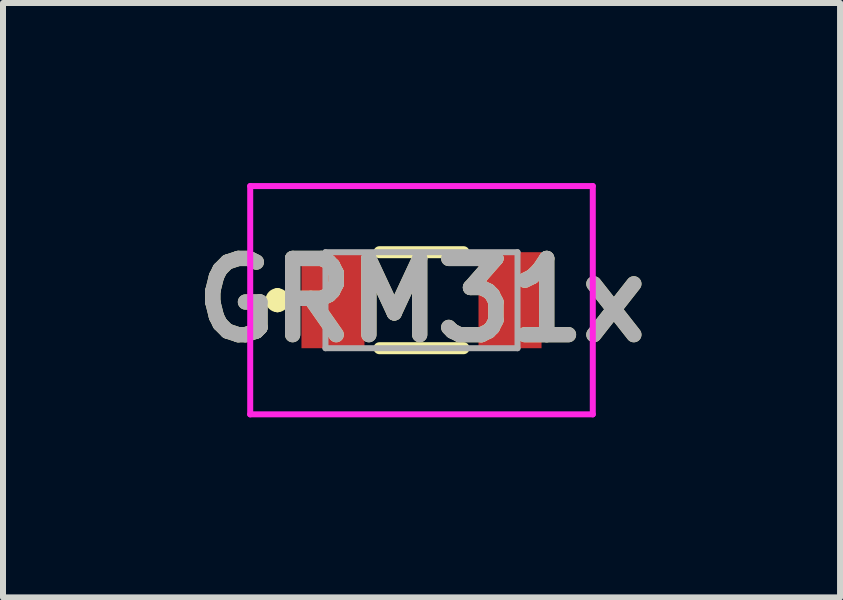
<source format=kicad_pcb>
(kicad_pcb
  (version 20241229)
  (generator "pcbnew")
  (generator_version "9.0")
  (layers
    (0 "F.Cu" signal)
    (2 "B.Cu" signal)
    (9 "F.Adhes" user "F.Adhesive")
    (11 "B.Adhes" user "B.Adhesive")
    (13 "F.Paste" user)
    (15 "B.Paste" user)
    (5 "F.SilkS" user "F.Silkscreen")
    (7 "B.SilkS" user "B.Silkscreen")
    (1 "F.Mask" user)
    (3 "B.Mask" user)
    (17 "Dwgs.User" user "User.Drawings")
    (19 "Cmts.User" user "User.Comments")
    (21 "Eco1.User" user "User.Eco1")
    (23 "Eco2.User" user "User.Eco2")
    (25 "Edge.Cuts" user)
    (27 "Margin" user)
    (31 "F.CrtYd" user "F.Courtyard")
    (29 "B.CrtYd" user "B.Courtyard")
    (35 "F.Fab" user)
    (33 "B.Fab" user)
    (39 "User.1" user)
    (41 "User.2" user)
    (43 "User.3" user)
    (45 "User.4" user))
  (footprint "GRM31x"
    (layer "F.Cu")
    (at 3.973 1.952)
    (property "Reference" "GRM31x" (at 0 0 0) (layer "F.SilkS") (effects (font (size 1.27 1.27) (thickness 0.254))))
    (attr smd)
    (fp_line (start -2.4 -0.1) (end -2.4 -0.1) (stroke (width 0.2) (type solid)) (layer "F.SilkS"))
    (fp_line (start -2.4 0.1) (end -2.4 0.1) (stroke (width 0.2) (type solid)) (layer "F.SilkS"))
    (fp_line (start -0.7 -0.8) (end 0.7 -0.8) (stroke (width 0.2) (type solid)) (layer "F.SilkS"))
    (fp_line (start -0.7 0.8) (end 0.7 0.8) (stroke (width 0.2) (type solid)) (layer "F.SilkS"))
    (fp_arc (start -2.4 -0.1) (mid -2.3 0) (end -2.4 0.1) (stroke (width 0.2) (type solid)) (layer "F.SilkS"))
    (fp_arc (start -2.4 0.1) (mid -2.5 0) (end -2.4 -0.1) (stroke (width 0.2) (type solid)) (layer "F.SilkS"))
    (fp_line (start -2.854 -1.902) (end 2.854 -1.902) (stroke (width 0.1) (type solid)) (layer "F.CrtYd"))
    (fp_line (start -2.854 1.902) (end -2.854 -1.902) (stroke (width 0.1) (type solid)) (layer "F.CrtYd"))
    (fp_line (start 2.854 -1.902) (end 2.854 1.902) (stroke (width 0.1) (type solid)) (layer "F.CrtYd"))
    (fp_line (start 2.854 1.902) (end -2.854 1.902) (stroke (width 0.1) (type solid)) (layer "F.CrtYd"))
    (fp_line (start -1.6 -0.8) (end 1.6 -0.8) (stroke (width 0.1) (type solid)) (layer "F.Fab"))
    (fp_line (start -1.6 0.8) (end -1.6 -0.8) (stroke (width 0.1) (type solid)) (layer "F.Fab"))
    (fp_line (start 1.6 -0.8) (end 1.6 0.8) (stroke (width 0.1) (type solid)) (layer "F.Fab"))
    (fp_line (start 1.6 0.8) (end -1.6 0.8) (stroke (width 0.1) (type solid)) (layer "F.Fab"))
    (fp_text user "${REFERENCE}" (at 0 0 0) (layer "F.Fab") (effects (font (size 1.27 1.27) (thickness 0.254))))
    (pad "1" smd rect (at -1.475 0) (size 1.05 1.6) (layers "F.Cu" "F.Mask" "F.Paste"))
    (pad "2" smd rect (at 1.475 0) (size 1.05 1.6) (layers "F.Cu" "F.Mask" "F.Paste")))
  (gr_rect
    (start -3 -3)
    (end 10.947 6.904)
    (stroke (width 0.1) (type default))
    (fill no)
    (layer "Edge.Cuts")))
</source>
